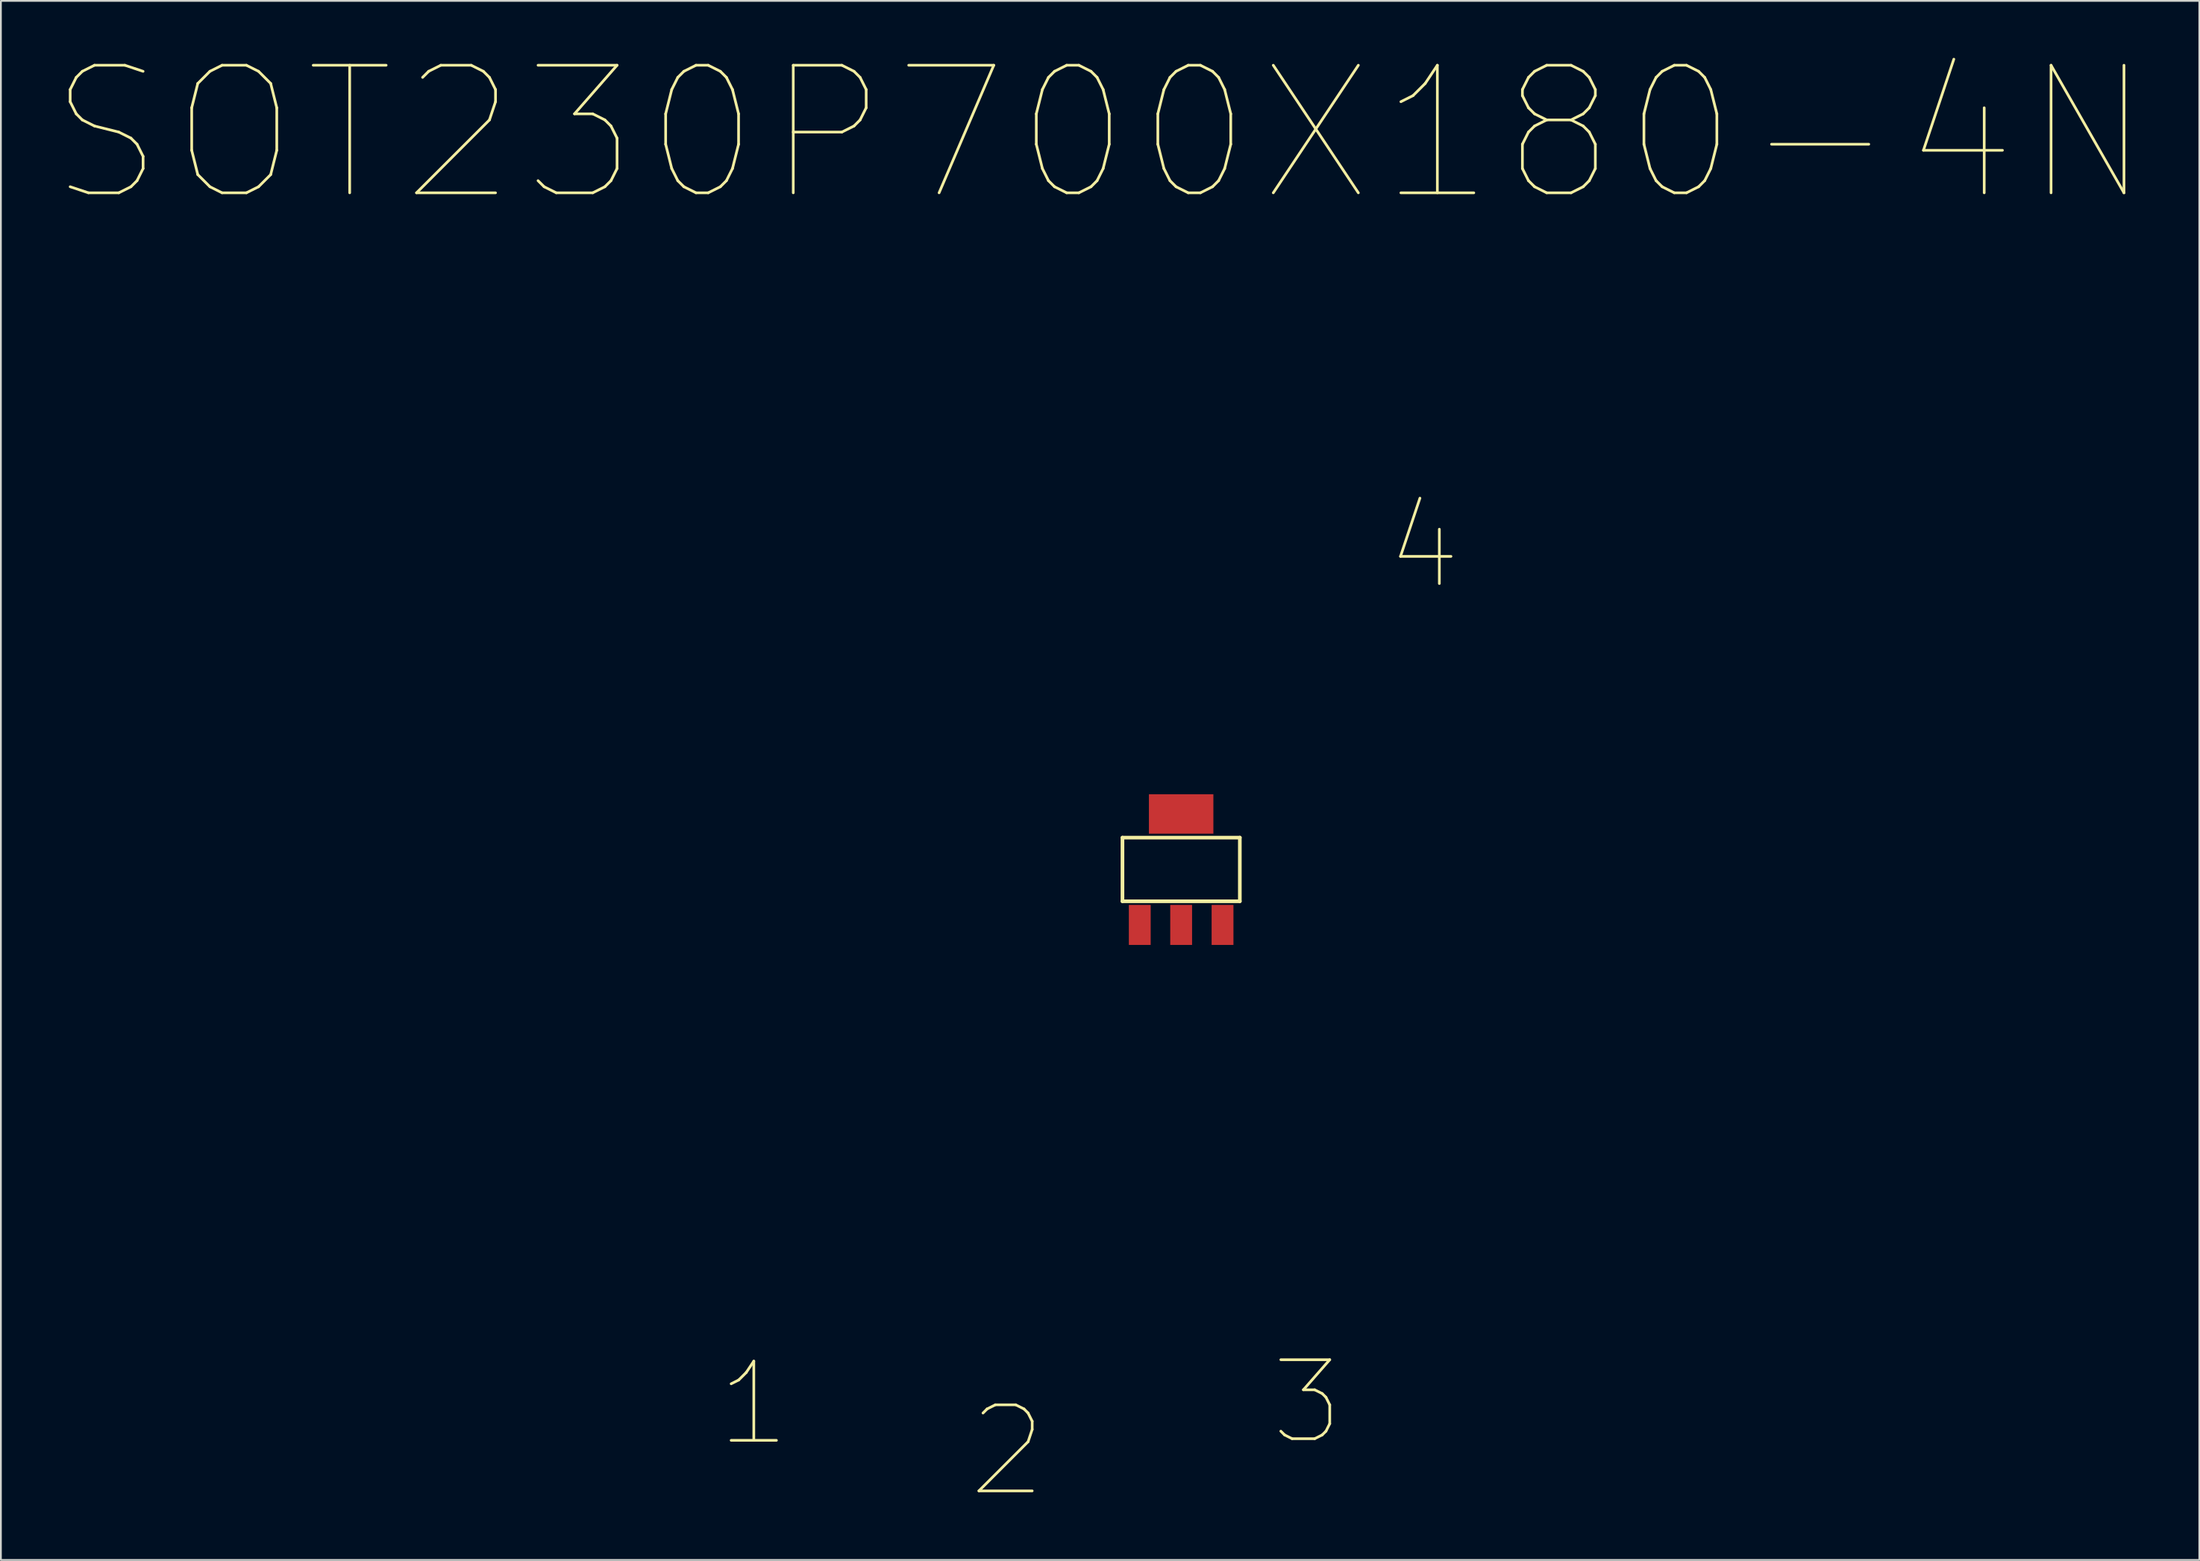
<source format=kicad_pcb>
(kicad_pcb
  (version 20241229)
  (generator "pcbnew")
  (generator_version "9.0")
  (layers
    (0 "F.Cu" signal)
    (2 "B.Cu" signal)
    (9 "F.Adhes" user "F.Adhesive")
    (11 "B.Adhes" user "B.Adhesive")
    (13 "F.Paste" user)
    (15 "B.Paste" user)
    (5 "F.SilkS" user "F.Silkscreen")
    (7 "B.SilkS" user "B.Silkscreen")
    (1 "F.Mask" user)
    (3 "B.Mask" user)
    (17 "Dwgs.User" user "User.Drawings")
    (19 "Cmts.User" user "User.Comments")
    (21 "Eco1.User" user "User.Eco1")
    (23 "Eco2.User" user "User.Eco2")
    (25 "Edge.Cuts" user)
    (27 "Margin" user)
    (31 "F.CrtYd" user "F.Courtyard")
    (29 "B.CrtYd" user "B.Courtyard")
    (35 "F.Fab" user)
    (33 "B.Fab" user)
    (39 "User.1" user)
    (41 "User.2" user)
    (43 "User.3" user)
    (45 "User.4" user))
  (footprint "SOT230P700X180-4N"
    (layer "F.Cu")
    (at 62.912 45.517)
    (property "Reference" "SOT230P700X180-4N" (at -4.526 -41.085 0) (layer "F.SilkS") (effects (font (size 7.126 7.126) (thickness 0.15))))
    (attr through_hole)
    (fp_line (start -3.277 -1.778) (end 3.277 -1.778) (stroke (width 0.203) (type solid)) (layer "F.SilkS"))
    (fp_line (start -3.277 1.778) (end -3.277 -1.778) (stroke (width 0.203) (type solid)) (layer "F.SilkS"))
    (fp_line (start 3.277 -1.778) (end 3.277 1.778) (stroke (width 0.203) (type solid)) (layer "F.SilkS"))
    (fp_line (start 3.277 1.778) (end -3.277 1.778) (stroke (width 0.203) (type solid)) (layer "F.SilkS"))
    (fp_text user "2" (at -9.692 32.498 0) (layer "F.SilkS") (effects (font (size 4.806 4.806) (thickness 0.15))))
    (fp_text user "4" (at 13.551 -18.069 0) (layer "F.SilkS") (effects (font (size 4.553 4.553) (thickness 0.15))))
    (fp_text user "1" (at -23.866 29.852 0) (layer "F.SilkS") (effects (font (size 4.424 4.424) (thickness 0.15))))
    (fp_text user "3" (at 7.037 29.765 0) (layer "F.SilkS") (effects (font (size 4.412 4.412) (thickness 0.15))))
    (pad "1" smd rect (at -2.311 3.099) (size 1.219 2.235) (layers "F.Cu" "F.Mask" "F.Paste"))
    (pad "2" smd rect (at 0 3.099) (size 1.219 2.235) (layers "F.Cu" "F.Mask" "F.Paste"))
    (pad "3" smd rect (at 2.311 3.099) (size 1.219 2.235) (layers "F.Cu" "F.Mask" "F.Paste"))
    (pad "4" smd rect (at 0 -3.099) (size 3.6 2.2) (layers "F.Cu" "F.Mask" "F.Paste")))
  (gr_rect
    (start -3 -3)
    (end 119.772 84.09)
    (stroke (width 0.1) (type default))
    (fill no)
    (layer "Edge.Cuts")))
</source>
